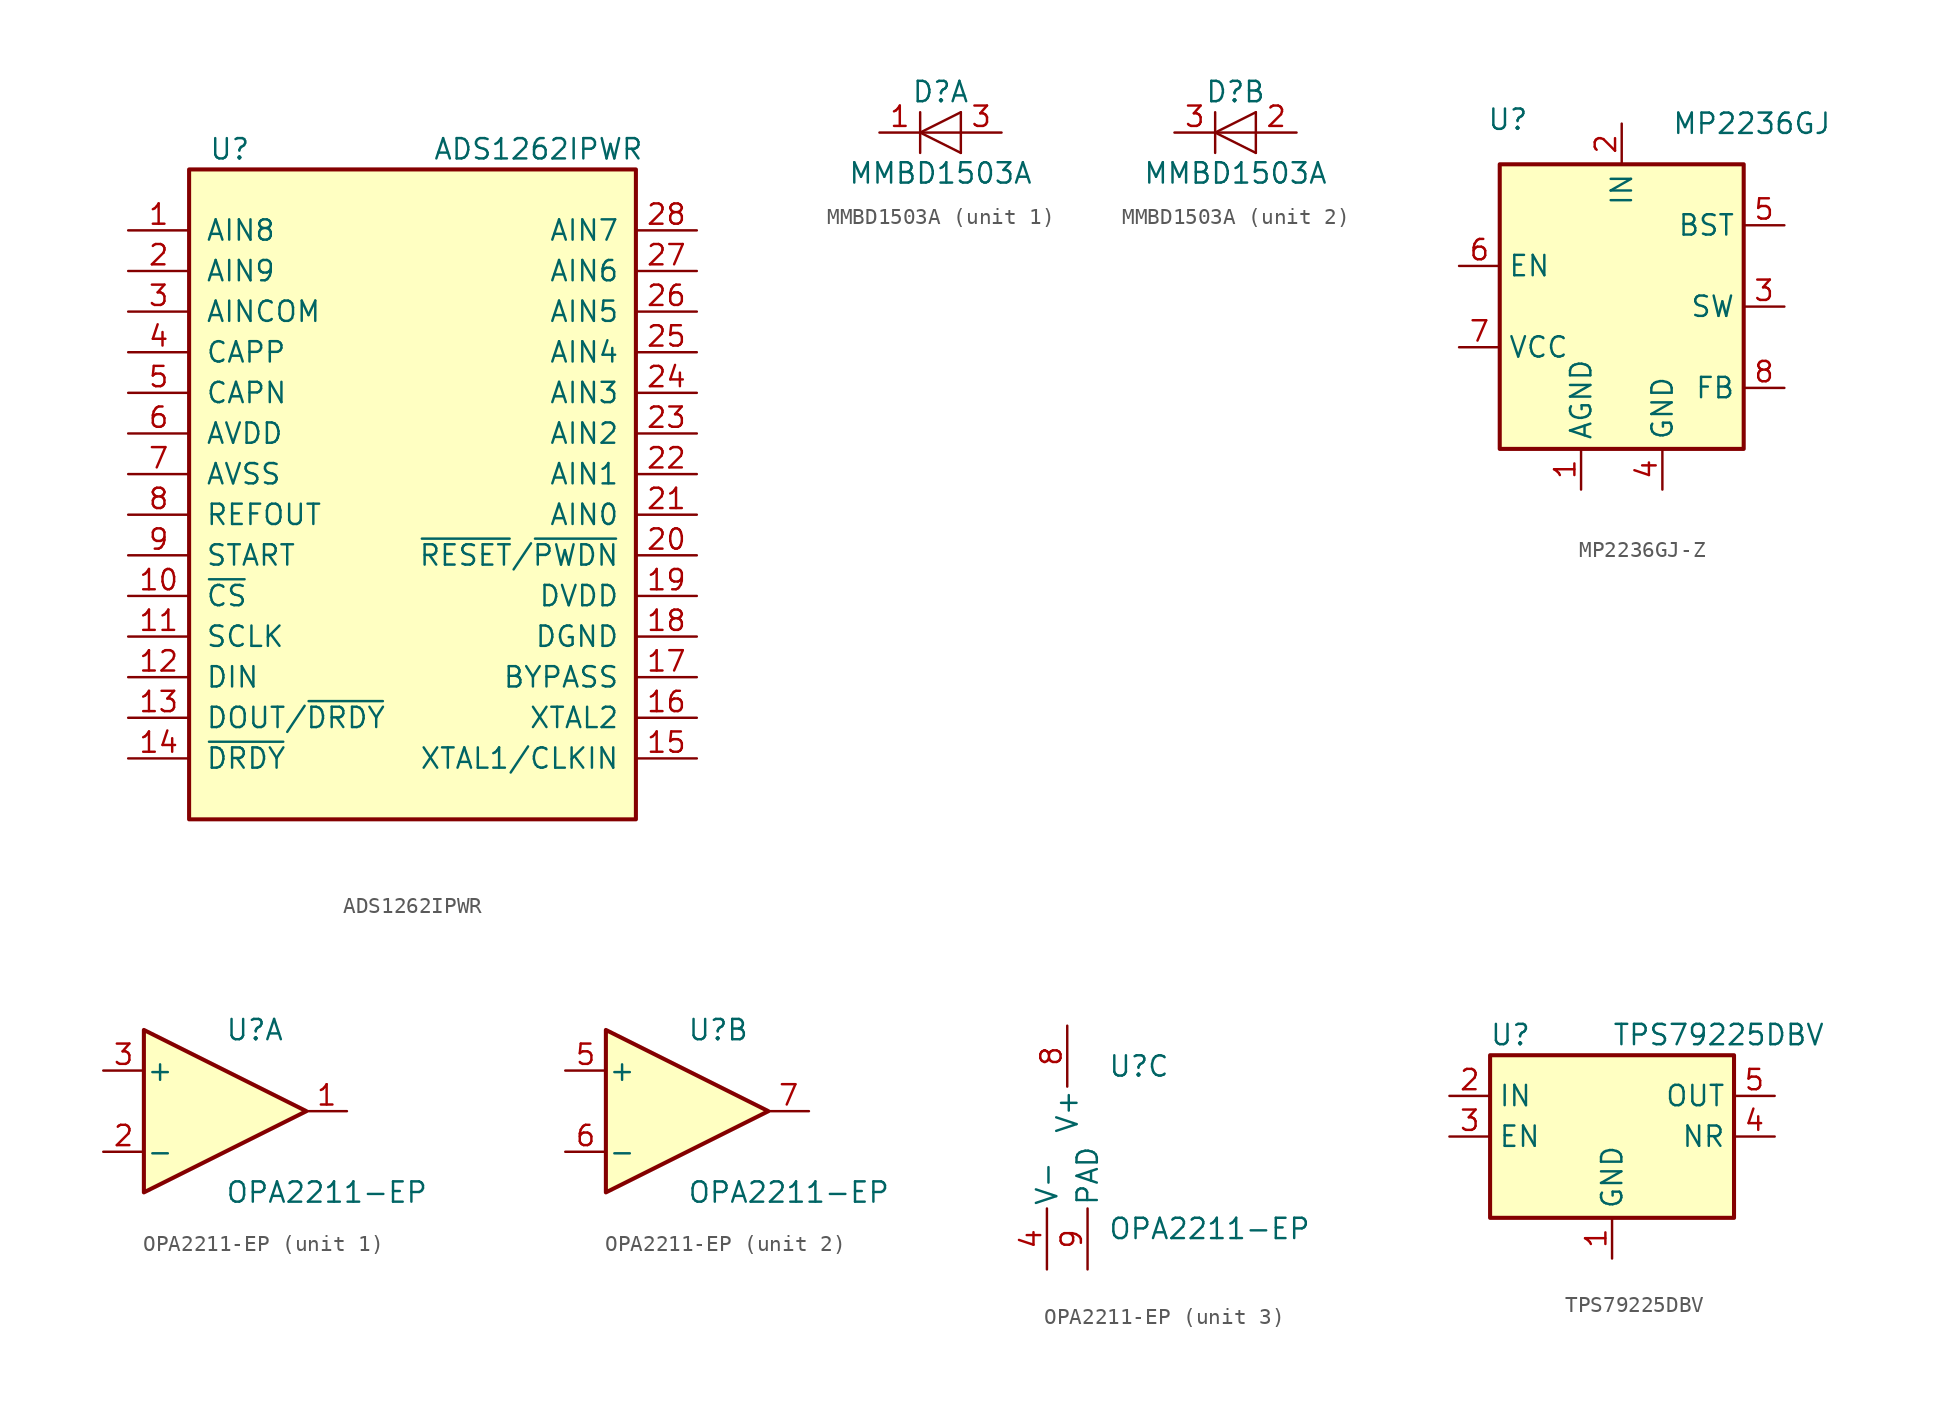
<source format=kicad_sym>
(kicad_symbol_lib
  (version 20231120)
  (generator "kicad_symbol_editor")
  (generator_version "8.0")
  (symbol "ADS1262IPWR"
    (pin_names
      (offset 1.016))
    (property "Reference" "U"
      (at -11.43 21.59 0)
      (effects (font (size 1.27 1.27))))
    (property "Value" "ADS1262IPWR"
      (at 1.27 21.59 0)
      (effects (font (size 1.27 1.27)) (justify left)))
    (symbol "ADS1262IPWR_0_1"
      (rectangle (start -13.97 20.32) (end 13.97 -20.32) (stroke (width 0.254) (type default)) (fill (type background))))
    (symbol "ADS1262IPWR_1_1"
      (pin bidirectional line (at -17.78 16.51 0) (length 3.81) (name "AIN8" (effects (font (size 1.27 1.27)))) (number "1" (effects (font (size 1.27 1.27)))))
      (pin input line (at -17.78 -6.35 0) (length 3.81) (name "~{CS}" (effects (font (size 1.27 1.27)))) (number "10" (effects (font (size 1.27 1.27)))))
      (pin input line (at -17.78 -8.89 0) (length 3.81) (name "SCLK" (effects (font (size 1.27 1.27)))) (number "11" (effects (font (size 1.27 1.27)))))
      (pin input line (at -17.78 -11.43 0) (length 3.81) (name "DIN" (effects (font (size 1.27 1.27)))) (number "12" (effects (font (size 1.27 1.27)))))
      (pin output line (at -17.78 -13.97 0) (length 3.81) (name "DOUT/~{DRDY}" (effects (font (size 1.27 1.27)))) (number "13" (effects (font (size 1.27 1.27)))))
      (pin output line (at -17.78 -16.51 0) (length 3.81) (name "~{DRDY}" (effects (font (size 1.27 1.27)))) (number "14" (effects (font (size 1.27 1.27)))))
      (pin input line (at 17.78 -16.51 180) (length 3.81) (name "XTAL1/CLKIN" (effects (font (size 1.27 1.27)))) (number "15" (effects (font (size 1.27 1.27)))))
      (pin input line (at 17.78 -13.97 180) (length 3.81) (name "XTAL2" (effects (font (size 1.27 1.27)))) (number "16" (effects (font (size 1.27 1.27)))))
      (pin output line (at 17.78 -11.43 180) (length 3.81) (name "BYPASS" (effects (font (size 1.27 1.27)))) (number "17" (effects (font (size 1.27 1.27)))))
      (pin power_in line (at 17.78 -8.89 180) (length 3.81) (name "DGND" (effects (font (size 1.27 1.27)))) (number "18" (effects (font (size 1.27 1.27)))))
      (pin power_in line (at 17.78 -6.35 180) (length 3.81) (name "DVDD" (effects (font (size 1.27 1.27)))) (number "19" (effects (font (size 1.27 1.27)))))
      (pin bidirectional line (at -17.78 13.97 0) (length 3.81) (name "AIN9" (effects (font (size 1.27 1.27)))) (number "2" (effects (font (size 1.27 1.27)))))
      (pin input line (at 17.78 -3.81 180) (length 3.81) (name "~{RESET}/~{PWDN}" (effects (font (size 1.27 1.27)))) (number "20" (effects (font (size 1.27 1.27)))))
      (pin bidirectional line (at 17.78 -1.27 180) (length 3.81) (name "AIN0" (effects (font (size 1.27 1.27)))) (number "21" (effects (font (size 1.27 1.27)))))
      (pin bidirectional line (at 17.78 1.27 180) (length 3.81) (name "AIN1" (effects (font (size 1.27 1.27)))) (number "22" (effects (font (size 1.27 1.27)))))
      (pin bidirectional line (at 17.78 3.81 180) (length 3.81) (name "AIN2" (effects (font (size 1.27 1.27)))) (number "23" (effects (font (size 1.27 1.27)))))
      (pin bidirectional line (at 17.78 6.35 180) (length 3.81) (name "AIN3" (effects (font (size 1.27 1.27)))) (number "24" (effects (font (size 1.27 1.27)))))
      (pin bidirectional line (at 17.78 8.89 180) (length 3.81) (name "AIN4" (effects (font (size 1.27 1.27)))) (number "25" (effects (font (size 1.27 1.27)))))
      (pin bidirectional line (at 17.78 11.43 180) (length 3.81) (name "AIN5" (effects (font (size 1.27 1.27)))) (number "26" (effects (font (size 1.27 1.27)))))
      (pin bidirectional line (at 17.78 13.97 180) (length 3.81) (name "AIN6" (effects (font (size 1.27 1.27)))) (number "27" (effects (font (size 1.27 1.27)))))
      (pin bidirectional line (at 17.78 16.51 180) (length 3.81) (name "AIN7" (effects (font (size 1.27 1.27)))) (number "28" (effects (font (size 1.27 1.27)))))
      (pin bidirectional line (at -17.78 11.43 0) (length 3.81) (name "AINCOM" (effects (font (size 1.27 1.27)))) (number "3" (effects (font (size 1.27 1.27)))))
      (pin output line (at -17.78 8.89 0) (length 3.81) (name "CAPP" (effects (font (size 1.27 1.27)))) (number "4" (effects (font (size 1.27 1.27)))))
      (pin output line (at -17.78 6.35 0) (length 3.81) (name "CAPN" (effects (font (size 1.27 1.27)))) (number "5" (effects (font (size 1.27 1.27)))))
      (pin power_in line (at -17.78 3.81 0) (length 3.81) (name "AVDD" (effects (font (size 1.27 1.27)))) (number "6" (effects (font (size 1.27 1.27)))))
      (pin power_in line (at -17.78 1.27 0) (length 3.81) (name "AVSS" (effects (font (size 1.27 1.27)))) (number "7" (effects (font (size 1.27 1.27)))))
      (pin output line (at -17.78 -1.27 0) (length 3.81) (name "REFOUT" (effects (font (size 1.27 1.27)))) (number "8" (effects (font (size 1.27 1.27)))))
      (pin input line (at -17.78 -3.81 0) (length 3.81) (name "START" (effects (font (size 1.27 1.27)))) (number "9" (effects (font (size 1.27 1.27)))))))
  (symbol "MMBD1503A"
    (pin_names
      (offset 1.016) hide)
    (property "Reference" "D"
      (at 0 2.54 0)
      (effects (font (size 1.27 1.27))))
    (property "Value" "MMBD1503A"
      (at 0 -2.54 0)
      (effects (font (size 1.27 1.27))))
    (symbol "MMBD1503A_0_1"
      (polyline (pts (xy -1.27 1.27) (xy -1.27 -1.27)) (stroke (width 0.152) (type default)) (fill (type none)))
      (polyline (pts (xy 1.27 0) (xy -1.27 0)) (stroke (width 0) (type default)) (fill (type none)))
      (polyline (pts (xy 1.27 1.27) (xy 1.27 -1.27)) (stroke (width 0) (type default)) (fill (type none)))
      (polyline (pts (xy 1.27 1.27) (xy -1.27 0) (xy 1.27 -1.27)) (stroke (width 0) (type default)) (fill (type none))))
    (symbol "MMBD1503A_1_1"
      (pin passive line (at -3.81 0 0) (length 2.54) (name "K" (effects (font (size 1.27 1.27)))) (number "1" (effects (font (size 1.27 1.27)))))
      (pin passive line (at 3.81 0 180) (length 2.54) (name "A" (effects (font (size 1.27 1.27)))) (number "3" (effects (font (size 1.27 1.27))))))
    (symbol "MMBD1503A_2_1"
      (pin passive line (at 3.81 0 180) (length 2.54) (name "A" (effects (font (size 1.27 1.27)))) (number "2" (effects (font (size 1.27 1.27)))))
      (pin passive line (at -3.81 0 0) (length 2.54) (name "K" (effects (font (size 1.27 1.27)))) (number "3" (effects (font (size 1.27 1.27)))))))
  (symbol "MP2236GJ-Z"
    (property "Reference" "U"
      (at -7.112 11.684 0)
      (effects (font (size 1.27 1.27))))
    (property "Value" "MP2236GJ"
      (at 8.128 11.43 0)
      (effects (font (size 1.27 1.27))))
    (symbol "MP2236GJ-Z_0_1"
      (rectangle (start -7.62 8.89) (end 7.62 -8.89) (stroke (width 0.254) (type default)) (fill (type background))))
    (symbol "MP2236GJ-Z_1_1"
      (pin power_in line (at -2.54 -11.43 90) (length 2.54) (name "AGND" (effects (font (size 1.27 1.27)))) (number "1" (effects (font (size 1.27 1.27)))))
      (pin power_in line (at 0 11.43 270) (length 2.54) (name "IN" (effects (font (size 1.27 1.27)))) (number "2" (effects (font (size 1.27 1.27)))))
      (pin output line (at 10.16 0 180) (length 2.54) (name "SW" (effects (font (size 1.27 1.27)))) (number "3" (effects (font (size 1.27 1.27)))))
      (pin power_in line (at 2.54 -11.43 90) (length 2.54) (name "GND" (effects (font (size 1.27 1.27)))) (number "4" (effects (font (size 1.27 1.27)))))
      (pin passive line (at 10.16 5.08 180) (length 2.54) (name "BST" (effects (font (size 1.27 1.27)))) (number "5" (effects (font (size 1.27 1.27)))))
      (pin input line (at -10.16 2.54 0) (length 2.54) (name "EN" (effects (font (size 1.27 1.27)))) (number "6" (effects (font (size 1.27 1.27)))))
      (pin input line (at -10.16 -2.54 0) (length 2.54) (name "VCC" (effects (font (size 1.27 1.27)))) (number "7" (effects (font (size 1.27 1.27)))))
      (pin input line (at 10.16 -5.08 180) (length 2.54) (name "FB" (effects (font (size 1.27 1.27)))) (number "8" (effects (font (size 1.27 1.27)))))))
  (symbol "OPA2211-EP"
    (pin_names
      (offset 0.127))
    (property "Reference" "U"
      (at 0 5.08 0)
      (effects (font (size 1.27 1.27)) (justify left)))
    (property "Value" "OPA2211-EP"
      (at 0 -5.08 0)
      (effects (font (size 1.27 1.27)) (justify left)))
    (property "ki_locked" ""
      (at 0 0 0)
      (effects (font (size 1.27 1.27))))
    (symbol "OPA2211-EP_1_1"
      (polyline (pts (xy -5.08 5.08) (xy 5.08 0) (xy -5.08 -5.08) (xy -5.08 5.08)) (stroke (width 0.254) (type default)) (fill (type background)))
      (pin output line (at 7.62 0 180) (length 2.54) (name "~" (effects (font (size 1.27 1.27)))) (number "1" (effects (font (size 1.27 1.27)))))
      (pin input line (at -7.62 -2.54 0) (length 2.54) (name "-" (effects (font (size 1.27 1.27)))) (number "2" (effects (font (size 1.27 1.27)))))
      (pin input line (at -7.62 2.54 0) (length 2.54) (name "+" (effects (font (size 1.27 1.27)))) (number "3" (effects (font (size 1.27 1.27))))))
    (symbol "OPA2211-EP_2_1"
      (polyline (pts (xy -5.08 5.08) (xy 5.08 0) (xy -5.08 -5.08) (xy -5.08 5.08)) (stroke (width 0.254) (type default)) (fill (type background)))
      (pin input line (at -7.62 2.54 0) (length 2.54) (name "+" (effects (font (size 1.27 1.27)))) (number "5" (effects (font (size 1.27 1.27)))))
      (pin input line (at -7.62 -2.54 0) (length 2.54) (name "-" (effects (font (size 1.27 1.27)))) (number "6" (effects (font (size 1.27 1.27)))))
      (pin output line (at 7.62 0 180) (length 2.54) (name "~" (effects (font (size 1.27 1.27)))) (number "7" (effects (font (size 1.27 1.27))))))
    (symbol "OPA2211-EP_3_1"
      (pin power_in line (at -3.81 -7.62 90) (length 3.81) (name "V-" (effects (font (size 1.27 1.27)))) (number "4" (effects (font (size 1.27 1.27)))))
      (pin power_in line (at -2.54 7.62 270) (length 3.81) (name "V+" (effects (font (size 1.27 1.27)))) (number "8" (effects (font (size 1.27 1.27)))))
      (pin power_in line (at -1.27 -7.62 90) (length 3.81) (name "PAD" (effects (font (size 1.27 1.27)))) (number "9" (effects (font (size 1.27 1.27)))))))
  (symbol "TPS79225DBV"
    (property "Reference" "U"
      (at -6.35 6.35 0)
      (effects (font (size 1.27 1.27))))
    (property "Value" "TPS79225DBV"
      (at 0 6.35 0)
      (effects (font (size 1.27 1.27)) (justify left)))
    (symbol "TPS79225DBV_0_1"
      (rectangle (start -7.62 5.08) (end 7.62 -5.08) (stroke (width 0.254) (type default)) (fill (type background))))
    (symbol "TPS79225DBV_1_1"
      (pin power_in line (at 0 -7.62 90) (length 2.54) (name "GND" (effects (font (size 1.27 1.27)))) (number "1" (effects (font (size 1.27 1.27)))))
      (pin power_in line (at -10.16 2.54 0) (length 2.54) (name "IN" (effects (font (size 1.27 1.27)))) (number "2" (effects (font (size 1.27 1.27)))))
      (pin input line (at -10.16 0 0) (length 2.54) (name "EN" (effects (font (size 1.27 1.27)))) (number "3" (effects (font (size 1.27 1.27)))))
      (pin input line (at 10.16 0 180) (length 2.54) (name "NR" (effects (font (size 1.27 1.27)))) (number "4" (effects (font (size 1.27 1.27)))))
      (pin power_out line (at 10.16 2.54 180) (length 2.54) (name "OUT" (effects (font (size 1.27 1.27)))) (number "5" (effects (font (size 1.27 1.27))))))))
</source>
